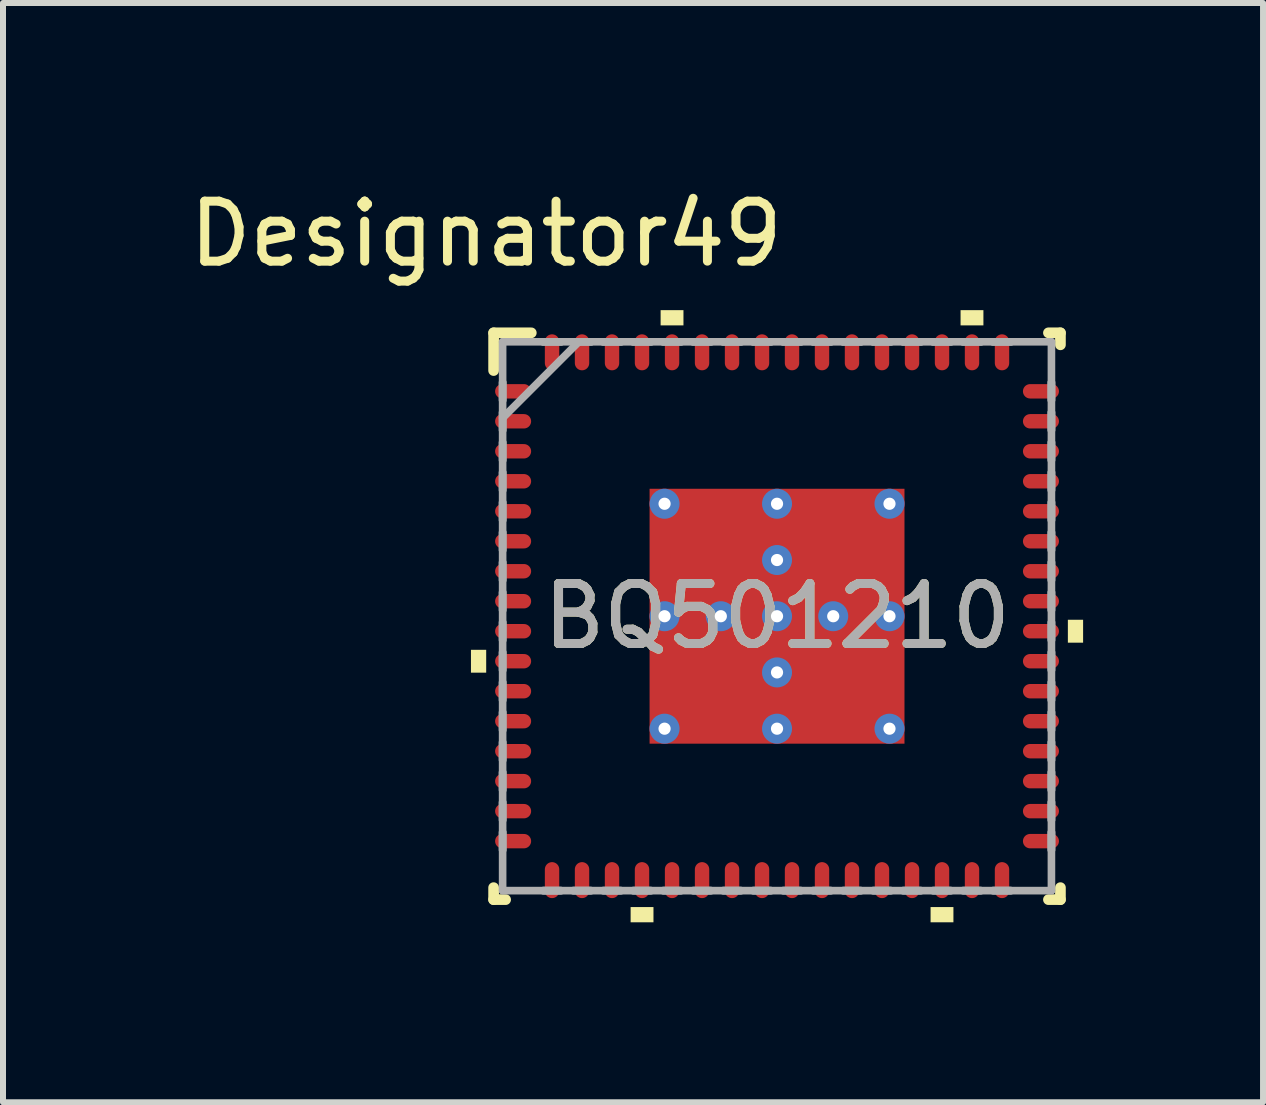
<source format=kicad_pcb>
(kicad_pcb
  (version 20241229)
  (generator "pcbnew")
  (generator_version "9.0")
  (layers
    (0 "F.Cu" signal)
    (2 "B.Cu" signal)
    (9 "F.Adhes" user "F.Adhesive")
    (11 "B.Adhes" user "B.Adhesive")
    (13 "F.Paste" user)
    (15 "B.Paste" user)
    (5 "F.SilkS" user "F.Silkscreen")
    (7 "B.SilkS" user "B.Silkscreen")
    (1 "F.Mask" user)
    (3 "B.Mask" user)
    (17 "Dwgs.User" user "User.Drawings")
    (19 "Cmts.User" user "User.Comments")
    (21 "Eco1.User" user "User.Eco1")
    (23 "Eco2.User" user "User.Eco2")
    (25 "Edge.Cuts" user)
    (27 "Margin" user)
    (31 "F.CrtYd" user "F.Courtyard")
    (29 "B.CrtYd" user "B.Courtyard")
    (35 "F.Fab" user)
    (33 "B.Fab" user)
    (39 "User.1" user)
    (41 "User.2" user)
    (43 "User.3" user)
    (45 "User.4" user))
  (footprint "BQ501210"
    (layer "F.Cu")
    (at 9.905 7.224)
    (property "Reference" "BQ501210" (at 0 0 0) (unlocked yes) (layer "F.SilkS") (effects (font (size 1 1) (thickness 0.15))))
    (attr smd)
    (fp_line (start -4.725 -4.725) (end -4.097 -4.725) (stroke (width 0.178) (type solid)) (layer "F.SilkS"))
    (fp_line (start -4.725 -4.096) (end -4.725 -4.725) (stroke (width 0.178) (type solid)) (layer "F.SilkS"))
    (fp_line (start -4.725 4.725) (end -4.725 4.525) (stroke (width 0.178) (type solid)) (layer "F.SilkS"))
    (fp_line (start -4.725 4.725) (end -4.525 4.725) (stroke (width 0.178) (type solid)) (layer "F.SilkS"))
    (fp_line (start 4.525 -4.725) (end 4.725 -4.725) (stroke (width 0.178) (type solid)) (layer "F.SilkS"))
    (fp_line (start 4.525 4.725) (end 4.725 4.725) (stroke (width 0.178) (type solid)) (layer "F.SilkS"))
    (fp_line (start 4.725 -4.525) (end 4.725 -4.725) (stroke (width 0.178) (type solid)) (layer "F.SilkS"))
    (fp_line (start 4.725 4.725) (end 4.725 4.525) (stroke (width 0.178) (type solid)) (layer "F.SilkS"))
    (fp_poly (pts (xy -4.849 0.56) (xy -5.103 0.56) (xy -5.103 0.941) (xy -4.849 0.941)) (stroke (width 0) (type solid)) (fill yes) (layer "F.SilkS"))
    (fp_poly (pts (xy -2.06 4.849) (xy -2.441 4.849) (xy -2.441 5.103) (xy -2.06 5.103)) (stroke (width 0) (type solid)) (fill yes) (layer "F.SilkS"))
    (fp_poly (pts (xy -1.56 -4.849) (xy -1.941 -4.849) (xy -1.941 -5.103) (xy -1.56 -5.103)) (stroke (width 0) (type solid)) (fill yes) (layer "F.SilkS"))
    (fp_poly (pts (xy 2.941 4.849) (xy 2.56 4.849) (xy 2.56 5.103) (xy 2.941 5.103)) (stroke (width 0) (type solid)) (fill yes) (layer "F.SilkS"))
    (fp_poly (pts (xy 3.441 -4.849) (xy 3.06 -4.849) (xy 3.06 -5.103) (xy 3.441 -5.103)) (stroke (width 0) (type solid)) (fill yes) (layer "F.SilkS"))
    (fp_poly (pts (xy 4.849 0.059) (xy 5.103 0.059) (xy 5.103 0.441) (xy 4.849 0.441)) (stroke (width 0) (type solid)) (fill yes) (layer "F.SilkS"))
    (fp_poly (pts (xy -0.1 -1.888) (xy -1.888 -1.888) (xy -1.888 -0.1) (xy -0.1 -0.1)) (stroke (width 0) (type solid)) (fill yes) (layer "F.Paste"))
    (fp_poly (pts (xy -0.1 0.1) (xy -1.888 0.1) (xy -1.888 1.888) (xy -0.1 1.888)) (stroke (width 0) (type solid)) (fill yes) (layer "F.Paste"))
    (fp_poly (pts (xy 0.1 -0.1) (xy 1.888 -0.1) (xy 1.888 -1.888) (xy 0.1 -1.888)) (stroke (width 0) (type solid)) (fill yes) (layer "F.Paste"))
    (fp_poly (pts (xy 0.1 1.888) (xy 1.888 1.888) (xy 1.888 0.1) (xy 0.1 0.1)) (stroke (width 0) (type solid)) (fill yes) (layer "F.Paste"))
    (fp_line (start -4.575 -4.575) (end 4.575 -4.575) (stroke (width 0.127) (type solid)) (layer "F.Fab"))
    (fp_line (start -4.575 -3.6) (end -4.575 -3.9) (stroke (width 0.127) (type solid)) (layer "F.Fab"))
    (fp_line (start -4.575 -3.6) (end -4.575 -3.9) (stroke (width 0.127) (type solid)) (layer "F.Fab"))
    (fp_line (start -4.575 -3.305) (end -3.305 -4.575) (stroke (width 0.127) (type solid)) (layer "F.Fab"))
    (fp_line (start -4.575 -3.1) (end -4.575 -3.4) (stroke (width 0.127) (type solid)) (layer "F.Fab"))
    (fp_line (start -4.575 -3.1) (end -4.575 -3.4) (stroke (width 0.127) (type solid)) (layer "F.Fab"))
    (fp_line (start -4.575 -2.6) (end -4.575 -2.9) (stroke (width 0.127) (type solid)) (layer "F.Fab"))
    (fp_line (start -4.575 -2.6) (end -4.575 -2.9) (stroke (width 0.127) (type solid)) (layer "F.Fab"))
    (fp_line (start -4.575 -2.1) (end -4.575 -2.4) (stroke (width 0.127) (type solid)) (layer "F.Fab"))
    (fp_line (start -4.575 -2.1) (end -4.575 -2.4) (stroke (width 0.127) (type solid)) (layer "F.Fab"))
    (fp_line (start -4.575 -1.6) (end -4.575 -1.9) (stroke (width 0.127) (type solid)) (layer "F.Fab"))
    (fp_line (start -4.575 -1.6) (end -4.575 -1.9) (stroke (width 0.127) (type solid)) (layer "F.Fab"))
    (fp_line (start -4.575 -1.1) (end -4.575 -1.4) (stroke (width 0.127) (type solid)) (layer "F.Fab"))
    (fp_line (start -4.575 -1.1) (end -4.575 -1.4) (stroke (width 0.127) (type solid)) (layer "F.Fab"))
    (fp_line (start -4.575 -0.6) (end -4.575 -0.9) (stroke (width 0.127) (type solid)) (layer "F.Fab"))
    (fp_line (start -4.575 -0.6) (end -4.575 -0.9) (stroke (width 0.127) (type solid)) (layer "F.Fab"))
    (fp_line (start -4.575 -0.1) (end -4.575 -0.4) (stroke (width 0.127) (type solid)) (layer "F.Fab"))
    (fp_line (start -4.575 -0.1) (end -4.575 -0.4) (stroke (width 0.127) (type solid)) (layer "F.Fab"))
    (fp_line (start -4.575 0.4) (end -4.575 0.1) (stroke (width 0.127) (type solid)) (layer "F.Fab"))
    (fp_line (start -4.575 0.4) (end -4.575 0.1) (stroke (width 0.127) (type solid)) (layer "F.Fab"))
    (fp_line (start -4.575 0.9) (end -4.575 0.6) (stroke (width 0.127) (type solid)) (layer "F.Fab"))
    (fp_line (start -4.575 0.9) (end -4.575 0.6) (stroke (width 0.127) (type solid)) (layer "F.Fab"))
    (fp_line (start -4.575 1.4) (end -4.575 1.1) (stroke (width 0.127) (type solid)) (layer "F.Fab"))
    (fp_line (start -4.575 1.4) (end -4.575 1.1) (stroke (width 0.127) (type solid)) (layer "F.Fab"))
    (fp_line (start -4.575 1.9) (end -4.575 1.6) (stroke (width 0.127) (type solid)) (layer "F.Fab"))
    (fp_line (start -4.575 1.9) (end -4.575 1.6) (stroke (width 0.127) (type solid)) (layer "F.Fab"))
    (fp_line (start -4.575 2.4) (end -4.575 2.1) (stroke (width 0.127) (type solid)) (layer "F.Fab"))
    (fp_line (start -4.575 2.4) (end -4.575 2.1) (stroke (width 0.127) (type solid)) (layer "F.Fab"))
    (fp_line (start -4.575 2.9) (end -4.575 2.6) (stroke (width 0.127) (type solid)) (layer "F.Fab"))
    (fp_line (start -4.575 2.9) (end -4.575 2.6) (stroke (width 0.127) (type solid)) (layer "F.Fab"))
    (fp_line (start -4.575 3.4) (end -4.575 3.1) (stroke (width 0.127) (type solid)) (layer "F.Fab"))
    (fp_line (start -4.575 3.4) (end -4.575 3.1) (stroke (width 0.127) (type solid)) (layer "F.Fab"))
    (fp_line (start -4.575 3.9) (end -4.575 3.6) (stroke (width 0.127) (type solid)) (layer "F.Fab"))
    (fp_line (start -4.575 3.9) (end -4.575 3.6) (stroke (width 0.127) (type solid)) (layer "F.Fab"))
    (fp_line (start -4.575 4.575) (end -4.575 -4.575) (stroke (width 0.127) (type solid)) (layer "F.Fab"))
    (fp_line (start -4.575 4.575) (end 4.575 4.575) (stroke (width 0.127) (type solid)) (layer "F.Fab"))
    (fp_line (start -3.9 -4.575) (end -3.6 -4.575) (stroke (width 0.127) (type solid)) (layer "F.Fab"))
    (fp_line (start -3.9 -4.575) (end -3.6 -4.575) (stroke (width 0.127) (type solid)) (layer "F.Fab"))
    (fp_line (start -3.9 4.575) (end -3.6 4.575) (stroke (width 0.127) (type solid)) (layer "F.Fab"))
    (fp_line (start -3.9 4.575) (end -3.6 4.575) (stroke (width 0.127) (type solid)) (layer "F.Fab"))
    (fp_line (start -3.4 -4.575) (end -3.1 -4.575) (stroke (width 0.127) (type solid)) (layer "F.Fab"))
    (fp_line (start -3.4 -4.575) (end -3.1 -4.575) (stroke (width 0.127) (type solid)) (layer "F.Fab"))
    (fp_line (start -3.4 4.575) (end -3.1 4.575) (stroke (width 0.127) (type solid)) (layer "F.Fab"))
    (fp_line (start -3.4 4.575) (end -3.1 4.575) (stroke (width 0.127) (type solid)) (layer "F.Fab"))
    (fp_line (start -2.9 -4.575) (end -2.6 -4.575) (stroke (width 0.127) (type solid)) (layer "F.Fab"))
    (fp_line (start -2.9 -4.575) (end -2.6 -4.575) (stroke (width 0.127) (type solid)) (layer "F.Fab"))
    (fp_line (start -2.9 4.575) (end -2.6 4.575) (stroke (width 0.127) (type solid)) (layer "F.Fab"))
    (fp_line (start -2.9 4.575) (end -2.6 4.575) (stroke (width 0.127) (type solid)) (layer "F.Fab"))
    (fp_line (start -2.4 -4.575) (end -2.1 -4.575) (stroke (width 0.127) (type solid)) (layer "F.Fab"))
    (fp_line (start -2.4 -4.575) (end -2.1 -4.575) (stroke (width 0.127) (type solid)) (layer "F.Fab"))
    (fp_line (start -2.4 4.575) (end -2.1 4.575) (stroke (width 0.127) (type solid)) (layer "F.Fab"))
    (fp_line (start -2.4 4.575) (end -2.1 4.575) (stroke (width 0.127) (type solid)) (layer "F.Fab"))
    (fp_line (start -1.9 4.575) (end -1.6 4.575) (stroke (width 0.127) (type solid)) (layer "F.Fab"))
    (fp_line (start -1.9 4.575) (end -1.6 4.575) (stroke (width 0.127) (type solid)) (layer "F.Fab"))
    (fp_line (start -1.9 -4.575) (end -1.6 -4.575) (stroke (width 0.127) (type solid)) (layer "F.Fab"))
    (fp_line (start -1.9 -4.575) (end -1.6 -4.575) (stroke (width 0.127) (type solid)) (layer "F.Fab"))
    (fp_line (start -1.4 -4.575) (end -1.1 -4.575) (stroke (width 0.127) (type solid)) (layer "F.Fab"))
    (fp_line (start -1.4 -4.575) (end -1.1 -4.575) (stroke (width 0.127) (type solid)) (layer "F.Fab"))
    (fp_line (start -1.4 4.575) (end -1.1 4.575) (stroke (width 0.127) (type solid)) (layer "F.Fab"))
    (fp_line (start -1.4 4.575) (end -1.1 4.575) (stroke (width 0.127) (type solid)) (layer "F.Fab"))
    (fp_line (start -0.9 -4.575) (end -0.6 -4.575) (stroke (width 0.127) (type solid)) (layer "F.Fab"))
    (fp_line (start -0.9 -4.575) (end -0.6 -4.575) (stroke (width 0.127) (type solid)) (layer "F.Fab"))
    (fp_line (start -0.9 4.575) (end -0.6 4.575) (stroke (width 0.127) (type solid)) (layer "F.Fab"))
    (fp_line (start -0.9 4.575) (end -0.6 4.575) (stroke (width 0.127) (type solid)) (layer "F.Fab"))
    (fp_line (start -0.4 -4.575) (end -0.1 -4.575) (stroke (width 0.127) (type solid)) (layer "F.Fab"))
    (fp_line (start -0.4 -4.575) (end -0.1 -4.575) (stroke (width 0.127) (type solid)) (layer "F.Fab"))
    (fp_line (start -0.4 4.575) (end -0.1 4.575) (stroke (width 0.127) (type solid)) (layer "F.Fab"))
    (fp_line (start -0.4 4.575) (end -0.1 4.575) (stroke (width 0.127) (type solid)) (layer "F.Fab"))
    (fp_line (start 0.1 -4.575) (end 0.4 -4.575) (stroke (width 0.127) (type solid)) (layer "F.Fab"))
    (fp_line (start 0.1 -4.575) (end 0.4 -4.575) (stroke (width 0.127) (type solid)) (layer "F.Fab"))
    (fp_line (start 0.1 4.575) (end 0.4 4.575) (stroke (width 0.127) (type solid)) (layer "F.Fab"))
    (fp_line (start 0.1 4.575) (end 0.4 4.575) (stroke (width 0.127) (type solid)) (layer "F.Fab"))
    (fp_line (start 0.6 4.575) (end 0.9 4.575) (stroke (width 0.127) (type solid)) (layer "F.Fab"))
    (fp_line (start 0.6 4.575) (end 0.9 4.575) (stroke (width 0.127) (type solid)) (layer "F.Fab"))
    (fp_line (start 0.6 -4.575) (end 0.9 -4.575) (stroke (width 0.127) (type solid)) (layer "F.Fab"))
    (fp_line (start 0.6 -4.575) (end 0.9 -4.575) (stroke (width 0.127) (type solid)) (layer "F.Fab"))
    (fp_line (start 1.1 -4.575) (end 1.4 -4.575) (stroke (width 0.127) (type solid)) (layer "F.Fab"))
    (fp_line (start 1.1 -4.575) (end 1.4 -4.575) (stroke (width 0.127) (type solid)) (layer "F.Fab"))
    (fp_line (start 1.1 4.575) (end 1.4 4.575) (stroke (width 0.127) (type solid)) (layer "F.Fab"))
    (fp_line (start 1.1 4.575) (end 1.4 4.575) (stroke (width 0.127) (type solid)) (layer "F.Fab"))
    (fp_line (start 1.6 -4.575) (end 1.9 -4.575) (stroke (width 0.127) (type solid)) (layer "F.Fab"))
    (fp_line (start 1.6 -4.575) (end 1.9 -4.575) (stroke (width 0.127) (type solid)) (layer "F.Fab"))
    (fp_line (start 1.6 4.575) (end 1.9 4.575) (stroke (width 0.127) (type solid)) (layer "F.Fab"))
    (fp_line (start 1.6 4.575) (end 1.9 4.575) (stroke (width 0.127) (type solid)) (layer "F.Fab"))
    (fp_line (start 2.1 -4.575) (end 2.4 -4.575) (stroke (width 0.127) (type solid)) (layer "F.Fab"))
    (fp_line (start 2.1 -4.575) (end 2.4 -4.575) (stroke (width 0.127) (type solid)) (layer "F.Fab"))
    (fp_line (start 2.1 4.575) (end 2.4 4.575) (stroke (width 0.127) (type solid)) (layer "F.Fab"))
    (fp_line (start 2.1 4.575) (end 2.4 4.575) (stroke (width 0.127) (type solid)) (layer "F.Fab"))
    (fp_line (start 2.6 -4.575) (end 2.9 -4.575) (stroke (width 0.127) (type solid)) (layer "F.Fab"))
    (fp_line (start 2.6 -4.575) (end 2.9 -4.575) (stroke (width 0.127) (type solid)) (layer "F.Fab"))
    (fp_line (start 2.6 4.575) (end 2.9 4.575) (stroke (width 0.127) (type solid)) (layer "F.Fab"))
    (fp_line (start 2.6 4.575) (end 2.9 4.575) (stroke (width 0.127) (type solid)) (layer "F.Fab"))
    (fp_line (start 3.1 4.575) (end 3.4 4.575) (stroke (width 0.127) (type solid)) (layer "F.Fab"))
    (fp_line (start 3.1 4.575) (end 3.4 4.575) (stroke (width 0.127) (type solid)) (layer "F.Fab"))
    (fp_line (start 3.1 -4.575) (end 3.4 -4.575) (stroke (width 0.127) (type solid)) (layer "F.Fab"))
    (fp_line (start 3.1 -4.575) (end 3.4 -4.575) (stroke (width 0.127) (type solid)) (layer "F.Fab"))
    (fp_line (start 3.6 -4.575) (end 3.9 -4.575) (stroke (width 0.127) (type solid)) (layer "F.Fab"))
    (fp_line (start 3.6 -4.575) (end 3.9 -4.575) (stroke (width 0.127) (type solid)) (layer "F.Fab"))
    (fp_line (start 3.6 4.575) (end 3.9 4.575) (stroke (width 0.127) (type solid)) (layer "F.Fab"))
    (fp_line (start 3.6 4.575) (end 3.9 4.575) (stroke (width 0.127) (type solid)) (layer "F.Fab"))
    (fp_line (start 4.575 -3.6) (end 4.575 -3.9) (stroke (width 0.127) (type solid)) (layer "F.Fab"))
    (fp_line (start 4.575 -3.6) (end 4.575 -3.9) (stroke (width 0.127) (type solid)) (layer "F.Fab"))
    (fp_line (start 4.575 -3.1) (end 4.575 -3.4) (stroke (width 0.127) (type solid)) (layer "F.Fab"))
    (fp_line (start 4.575 -3.1) (end 4.575 -3.4) (stroke (width 0.127) (type solid)) (layer "F.Fab"))
    (fp_line (start 4.575 -2.6) (end 4.575 -2.9) (stroke (width 0.127) (type solid)) (layer "F.Fab"))
    (fp_line (start 4.575 -2.6) (end 4.575 -2.9) (stroke (width 0.127) (type solid)) (layer "F.Fab"))
    (fp_line (start 4.575 -2.1) (end 4.575 -2.4) (stroke (width 0.127) (type solid)) (layer "F.Fab"))
    (fp_line (start 4.575 -2.1) (end 4.575 -2.4) (stroke (width 0.127) (type solid)) (layer "F.Fab"))
    (fp_line (start 4.575 -1.6) (end 4.575 -1.9) (stroke (width 0.127) (type solid)) (layer "F.Fab"))
    (fp_line (start 4.575 -1.6) (end 4.575 -1.9) (stroke (width 0.127) (type solid)) (layer "F.Fab"))
    (fp_line (start 4.575 -1.1) (end 4.575 -1.4) (stroke (width 0.127) (type solid)) (layer "F.Fab"))
    (fp_line (start 4.575 -1.1) (end 4.575 -1.4) (stroke (width 0.127) (type solid)) (layer "F.Fab"))
    (fp_line (start 4.575 -0.6) (end 4.575 -0.9) (stroke (width 0.127) (type solid)) (layer "F.Fab"))
    (fp_line (start 4.575 -0.6) (end 4.575 -0.9) (stroke (width 0.127) (type solid)) (layer "F.Fab"))
    (fp_line (start 4.575 -0.1) (end 4.575 -0.4) (stroke (width 0.127) (type solid)) (layer "F.Fab"))
    (fp_line (start 4.575 -0.1) (end 4.575 -0.4) (stroke (width 0.127) (type solid)) (layer "F.Fab"))
    (fp_line (start 4.575 0.4) (end 4.575 0.1) (stroke (width 0.127) (type solid)) (layer "F.Fab"))
    (fp_line (start 4.575 0.4) (end 4.575 0.1) (stroke (width 0.127) (type solid)) (layer "F.Fab"))
    (fp_line (start 4.575 0.9) (end 4.575 0.6) (stroke (width 0.127) (type solid)) (layer "F.Fab"))
    (fp_line (start 4.575 0.9) (end 4.575 0.6) (stroke (width 0.127) (type solid)) (layer "F.Fab"))
    (fp_line (start 4.575 1.4) (end 4.575 1.1) (stroke (width 0.127) (type solid)) (layer "F.Fab"))
    (fp_line (start 4.575 1.4) (end 4.575 1.1) (stroke (width 0.127) (type solid)) (layer "F.Fab"))
    (fp_line (start 4.575 1.9) (end 4.575 1.6) (stroke (width 0.127) (type solid)) (layer "F.Fab"))
    (fp_line (start 4.575 1.9) (end 4.575 1.6) (stroke (width 0.127) (type solid)) (layer "F.Fab"))
    (fp_line (start 4.575 2.4) (end 4.575 2.1) (stroke (width 0.127) (type solid)) (layer "F.Fab"))
    (fp_line (start 4.575 2.4) (end 4.575 2.1) (stroke (width 0.127) (type solid)) (layer "F.Fab"))
    (fp_line (start 4.575 2.9) (end 4.575 2.6) (stroke (width 0.127) (type solid)) (layer "F.Fab"))
    (fp_line (start 4.575 2.9) (end 4.575 2.6) (stroke (width 0.127) (type solid)) (layer "F.Fab"))
    (fp_line (start 4.575 3.4) (end 4.575 3.1) (stroke (width 0.127) (type solid)) (layer "F.Fab"))
    (fp_line (start 4.575 3.4) (end 4.575 3.1) (stroke (width 0.127) (type solid)) (layer "F.Fab"))
    (fp_line (start 4.575 3.9) (end 4.575 3.6) (stroke (width 0.127) (type solid)) (layer "F.Fab"))
    (fp_line (start 4.575 3.9) (end 4.575 3.6) (stroke (width 0.127) (type solid)) (layer "F.Fab"))
    (fp_line (start 4.575 4.575) (end 4.575 -4.575) (stroke (width 0.127) (type solid)) (layer "F.Fab"))
    (fp_text user "Designator49" (at -4.851 -6.375 0) (unlocked yes) (layer "F.SilkS") (effects (font (size 1 1) (thickness 0.15))))
    (fp_text user "${REFERENCE}" (at 0 0 0) (unlocked yes) (layer "F.Fab") (effects (font (size 1 1) (thickness 0.15))))
    (pad "1" smd oval (at -4.4 -3.75 90) (size 0.24 0.6) (layers "F.Cu" "F.Mask" "F.Paste"))
    (pad "2" smd oval (at -4.4 -3.25 90) (size 0.24 0.6) (layers "F.Cu" "F.Mask" "F.Paste"))
    (pad "3" smd oval (at -4.4 -2.75 90) (size 0.24 0.6) (layers "F.Cu" "F.Mask" "F.Paste"))
    (pad "4" smd oval (at -4.4 -2.25 90) (size 0.24 0.6) (layers "F.Cu" "F.Mask" "F.Paste"))
    (pad "5" smd oval (at -4.4 -1.75 90) (size 0.24 0.6) (layers "F.Cu" "F.Mask" "F.Paste"))
    (pad "6" smd oval (at -4.4 -1.25 90) (size 0.24 0.6) (layers "F.Cu" "F.Mask" "F.Paste"))
    (pad "7" smd oval (at -4.4 -0.75 90) (size 0.24 0.6) (layers "F.Cu" "F.Mask" "F.Paste"))
    (pad "8" smd oval (at -4.4 -0.25 90) (size 0.24 0.6) (layers "F.Cu" "F.Mask" "F.Paste"))
    (pad "9" smd oval (at -4.4 0.25 90) (size 0.24 0.6) (layers "F.Cu" "F.Mask" "F.Paste"))
    (pad "10" smd oval (at -4.4 0.75 90) (size 0.24 0.6) (layers "F.Cu" "F.Mask" "F.Paste"))
    (pad "11" smd oval (at -4.4 1.25 90) (size 0.24 0.6) (layers "F.Cu" "F.Mask" "F.Paste"))
    (pad "12" smd oval (at -4.4 1.75 90) (size 0.24 0.6) (layers "F.Cu" "F.Mask" "F.Paste"))
    (pad "13" smd oval (at -4.4 2.25 90) (size 0.24 0.6) (layers "F.Cu" "F.Mask" "F.Paste"))
    (pad "14" smd oval (at -4.4 2.75 90) (size 0.24 0.6) (layers "F.Cu" "F.Mask" "F.Paste"))
    (pad "15" smd oval (at -4.4 3.25 90) (size 0.24 0.6) (layers "F.Cu" "F.Mask" "F.Paste"))
    (pad "16" smd oval (at -4.4 3.75 90) (size 0.24 0.6) (layers "F.Cu" "F.Mask" "F.Paste"))
    (pad "17" smd oval (at -3.751 4.4) (size 0.24 0.6) (layers "F.Cu" "F.Mask" "F.Paste"))
    (pad "18" smd oval (at -3.251 4.4) (size 0.24 0.6) (layers "F.Cu" "F.Mask" "F.Paste"))
    (pad "19" smd oval (at -2.751 4.4) (size 0.24 0.6) (layers "F.Cu" "F.Mask" "F.Paste"))
    (pad "20" smd oval (at -2.251 4.4) (size 0.24 0.6) (layers "F.Cu" "F.Mask" "F.Paste"))
    (pad "21" smd oval (at -1.75 4.4) (size 0.24 0.6) (layers "F.Cu" "F.Mask" "F.Paste"))
    (pad "22" smd oval (at -1.25 4.4) (size 0.24 0.6) (layers "F.Cu" "F.Mask" "F.Paste"))
    (pad "23" smd oval (at -0.75 4.4) (size 0.24 0.6) (layers "F.Cu" "F.Mask" "F.Paste"))
    (pad "24" smd oval (at -0.25 4.4) (size 0.24 0.6) (layers "F.Cu" "F.Mask" "F.Paste"))
    (pad "25" smd oval (at 0.25 4.4) (size 0.24 0.6) (layers "F.Cu" "F.Mask" "F.Paste"))
    (pad "26" smd oval (at 0.75 4.4) (size 0.24 0.6) (layers "F.Cu" "F.Mask" "F.Paste"))
    (pad "27" smd oval (at 1.25 4.4) (size 0.24 0.6) (layers "F.Cu" "F.Mask" "F.Paste"))
    (pad "28" smd oval (at 1.75 4.4) (size 0.24 0.6) (layers "F.Cu" "F.Mask" "F.Paste"))
    (pad "29" smd oval (at 2.251 4.4) (size 0.24 0.6) (layers "F.Cu" "F.Mask" "F.Paste"))
    (pad "30" smd oval (at 2.751 4.4) (size 0.24 0.6) (layers "F.Cu" "F.Mask" "F.Paste"))
    (pad "31" smd oval (at 3.251 4.4) (size 0.24 0.6) (layers "F.Cu" "F.Mask" "F.Paste"))
    (pad "32" smd oval (at 3.751 4.4) (size 0.24 0.6) (layers "F.Cu" "F.Mask" "F.Paste"))
    (pad "33" smd oval (at 4.4 3.75 90) (size 0.24 0.6) (layers "F.Cu" "F.Mask" "F.Paste"))
    (pad "34" smd oval (at 4.4 3.25 90) (size 0.24 0.6) (layers "F.Cu" "F.Mask" "F.Paste"))
    (pad "35" smd oval (at 4.4 2.75 90) (size 0.24 0.6) (layers "F.Cu" "F.Mask" "F.Paste"))
    (pad "36" smd oval (at 4.4 2.25 90) (size 0.24 0.6) (layers "F.Cu" "F.Mask" "F.Paste"))
    (pad "37" smd oval (at 4.4 1.75 90) (size 0.24 0.6) (layers "F.Cu" "F.Mask" "F.Paste"))
    (pad "38" smd oval (at 4.4 1.25 90) (size 0.24 0.6) (layers "F.Cu" "F.Mask" "F.Paste"))
    (pad "39" smd oval (at 4.4 0.75 90) (size 0.24 0.6) (layers "F.Cu" "F.Mask" "F.Paste"))
    (pad "40" smd oval (at 4.4 0.25 90) (size 0.24 0.6) (layers "F.Cu" "F.Mask" "F.Paste"))
    (pad "41" smd oval (at 4.4 -0.25 90) (size 0.24 0.6) (layers "F.Cu" "F.Mask" "F.Paste"))
    (pad "42" smd oval (at 4.4 -0.75 90) (size 0.24 0.6) (layers "F.Cu" "F.Mask" "F.Paste"))
    (pad "43" smd oval (at 4.4 -1.25 90) (size 0.24 0.6) (layers "F.Cu" "F.Mask" "F.Paste"))
    (pad "44" smd oval (at 4.4 -1.75 90) (size 0.24 0.6) (layers "F.Cu" "F.Mask" "F.Paste"))
    (pad "45" smd oval (at 4.4 -2.25 90) (size 0.24 0.6) (layers "F.Cu" "F.Mask" "F.Paste"))
    (pad "46" smd oval (at 4.4 -2.75 90) (size 0.24 0.6) (layers "F.Cu" "F.Mask" "F.Paste"))
    (pad "47" smd oval (at 4.4 -3.25 90) (size 0.24 0.6) (layers "F.Cu" "F.Mask" "F.Paste"))
    (pad "48" smd oval (at 4.4 -3.75 90) (size 0.24 0.6) (layers "F.Cu" "F.Mask" "F.Paste"))
    (pad "49" smd oval (at 3.751 -4.4) (size 0.24 0.6) (layers "F.Cu" "F.Mask" "F.Paste"))
    (pad "50" smd oval (at 3.251 -4.4) (size 0.24 0.6) (layers "F.Cu" "F.Mask" "F.Paste"))
    (pad "51" smd oval (at 2.751 -4.4) (size 0.24 0.6) (layers "F.Cu" "F.Mask" "F.Paste"))
    (pad "52" smd oval (at 2.251 -4.4) (size 0.24 0.6) (layers "F.Cu" "F.Mask" "F.Paste"))
    (pad "53" smd oval (at 1.75 -4.4) (size 0.24 0.6) (layers "F.Cu" "F.Mask" "F.Paste"))
    (pad "54" smd oval (at 1.25 -4.4) (size 0.24 0.6) (layers "F.Cu" "F.Mask" "F.Paste"))
    (pad "55" smd oval (at 0.75 -4.4) (size 0.24 0.6) (layers "F.Cu" "F.Mask" "F.Paste"))
    (pad "56" smd oval (at 0.25 -4.4) (size 0.24 0.6) (layers "F.Cu" "F.Mask" "F.Paste"))
    (pad "57" smd oval (at -0.25 -4.4) (size 0.24 0.6) (layers "F.Cu" "F.Mask" "F.Paste"))
    (pad "58" smd oval (at -0.75 -4.4) (size 0.24 0.6) (layers "F.Cu" "F.Mask" "F.Paste"))
    (pad "59" smd oval (at -1.25 -4.4) (size 0.24 0.6) (layers "F.Cu" "F.Mask" "F.Paste"))
    (pad "60" smd oval (at -1.75 -4.4) (size 0.24 0.6) (layers "F.Cu" "F.Mask" "F.Paste"))
    (pad "61" smd oval (at -2.251 -4.4) (size 0.24 0.6) (layers "F.Cu" "F.Mask" "F.Paste"))
    (pad "62" smd oval (at -2.751 -4.4) (size 0.24 0.6) (layers "F.Cu" "F.Mask" "F.Paste"))
    (pad "63" smd oval (at -3.251 -4.4) (size 0.24 0.6) (layers "F.Cu" "F.Mask" "F.Paste"))
    (pad "64" smd oval (at -3.751 -4.4) (size 0.24 0.6) (layers "F.Cu" "F.Mask" "F.Paste"))
    (pad "65" smd rect (at 0 0) (size 4.25 4.25) (layers "F.Cu" "F.Mask"))
    (pad "V" thru_hole circle (at -1.875 -1.875) (size 0.5 0.5) (drill 0.203) (layers "*.Cu" "*.Mask"))
    (pad "V" thru_hole circle (at -1.875 0) (size 0.5 0.5) (drill 0.203) (layers "*.Cu" "*.Mask"))
    (pad "V" thru_hole circle (at -1.875 1.875) (size 0.5 0.5) (drill 0.203) (layers "*.Cu" "*.Mask"))
    (pad "V" thru_hole circle (at -0.937 0) (size 0.5 0.5) (drill 0.203) (layers "*.Cu" "*.Mask"))
    (pad "V" thru_hole circle (at 0 -1.875) (size 0.5 0.5) (drill 0.203) (layers "*.Cu" "*.Mask"))
    (pad "V" thru_hole circle (at 0 -0.937) (size 0.5 0.5) (drill 0.203) (layers "*.Cu" "*.Mask"))
    (pad "V" thru_hole circle (at 0 0) (size 0.5 0.5) (drill 0.203) (layers "*.Cu" "*.Mask"))
    (pad "V" thru_hole circle (at 0 0.937) (size 0.5 0.5) (drill 0.203) (layers "*.Cu" "*.Mask"))
    (pad "V" thru_hole circle (at 0 1.875) (size 0.5 0.5) (drill 0.203) (layers "*.Cu" "*.Mask"))
    (pad "V" thru_hole circle (at 0.937 0) (size 0.5 0.5) (drill 0.203) (layers "*.Cu" "*.Mask"))
    (pad "V" thru_hole circle (at 1.875 -1.875) (size 0.5 0.5) (drill 0.203) (layers "*.Cu" "*.Mask"))
    (pad "V" thru_hole circle (at 1.875 0) (size 0.5 0.5) (drill 0.203) (layers "*.Cu" "*.Mask"))
    (pad "V" thru_hole circle (at 1.875 1.875) (size 0.5 0.5) (drill 0.203) (layers "*.Cu" "*.Mask")))
  (gr_rect
    (start -3 -3)
    (end 18.008 15.327)
    (stroke (width 0.1) (type default))
    (fill no)
    (layer "Edge.Cuts")))
</source>
